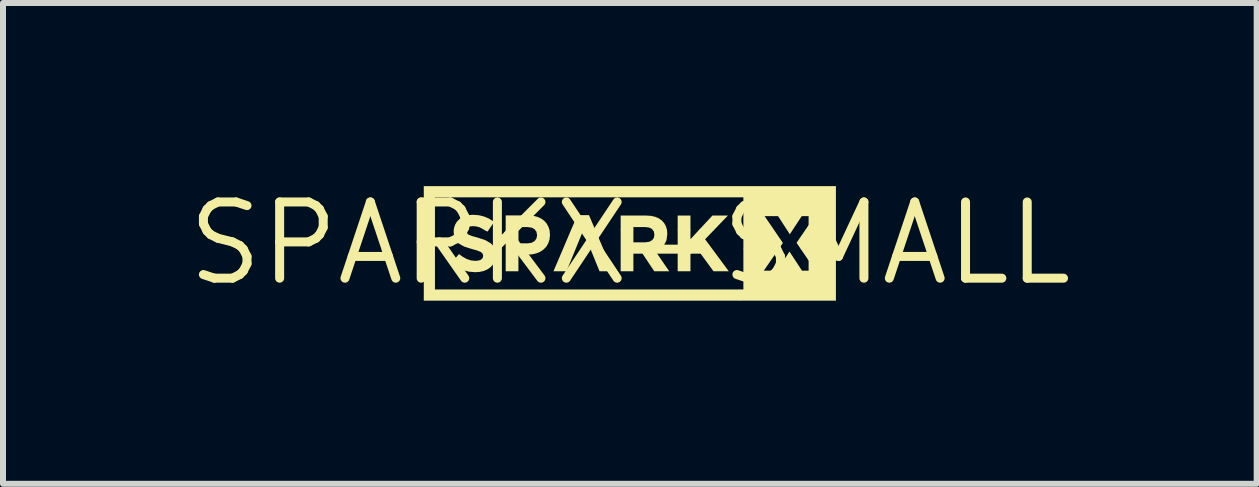
<source format=kicad_pcb>
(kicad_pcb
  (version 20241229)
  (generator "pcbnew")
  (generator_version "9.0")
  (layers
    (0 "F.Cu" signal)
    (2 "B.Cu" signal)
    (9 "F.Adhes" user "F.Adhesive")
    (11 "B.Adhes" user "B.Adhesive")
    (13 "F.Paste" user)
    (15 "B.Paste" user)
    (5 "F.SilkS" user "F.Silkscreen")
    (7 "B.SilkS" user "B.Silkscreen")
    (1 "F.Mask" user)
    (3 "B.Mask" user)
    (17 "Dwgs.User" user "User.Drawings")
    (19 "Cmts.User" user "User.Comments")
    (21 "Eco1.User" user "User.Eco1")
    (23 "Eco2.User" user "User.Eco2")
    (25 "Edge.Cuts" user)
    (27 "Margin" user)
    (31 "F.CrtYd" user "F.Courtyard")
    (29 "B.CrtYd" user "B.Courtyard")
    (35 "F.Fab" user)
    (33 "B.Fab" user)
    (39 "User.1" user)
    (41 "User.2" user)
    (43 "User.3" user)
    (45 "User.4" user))
  (footprint "SPARKX-SMALL"
    (layer "F.Cu")
    (at 7.446 1.006)
    (property "Reference" "SPARKX-SMALL" (at 0 0 0) (layer "F.SilkS") (effects (font (size 1.27 1.27) (thickness 0.15))))
    (fp_poly (pts (xy -2.373 -0.196) (xy -2.434 -0.23) (xy -2.349 -0.23)) (stroke (width 0) (type solid)) (fill yes) (layer "F.SilkS"))
    (fp_poly (pts (xy -0.574 -0.22) (xy -0.981 -0.22) (xy -0.874 -0.471) (xy -0.681 -0.471)) (stroke (width 0) (type solid)) (fill yes) (layer "F.SilkS"))
    (fp_poly (pts (xy 1.01 -0.22) (xy 0.797 -0.22) (xy 0.797 -0.464) (xy 1.01 -0.464)) (stroke (width 0) (type solid)) (fill yes) (layer "F.SilkS"))
    (fp_poly (pts (xy 1.399 -0.22) (xy 1.149 -0.22) (xy 1.376 -0.464) (xy 1.634 -0.464)) (stroke (width 0) (type solid)) (fill yes) (layer "F.SilkS"))
    (fp_poly (pts (xy -0.283 0.465) (xy -0.505 0.465) (xy -0.78 -0.21) (xy -1.056 0.465) (xy -1.273 0.465) (xy -0.977 -0.23) (xy -0.579 -0.23)) (stroke (width 0) (type solid)) (fill yes) (layer "F.SilkS"))
    (fp_poly (pts (xy 1.01 -0.07) (xy 1.158 -0.23) (xy 1.409 -0.23) (xy 1.254 -0.069) (xy 1.649 0.465) (xy 1.394 0.465) (xy 1.11 0.076) (xy 1.01 0.181) (xy 1.01 0.465) (xy 0.797 0.465) (xy 0.797 -0.23) (xy 1.01 -0.23)) (stroke (width 0) (type solid)) (fill yes) (layer "F.SilkS"))
    (fp_poly (pts (xy 2.232 0.455) (xy 2.45 0.455) (xy 2.66 0.136) (xy 2.869 0.455) (xy 3.095 0.455) (xy 2.844 0.087) (xy 3.434 0.087) (xy 3.434 0.954) (xy 1.83 0.954) (xy 1.83 0.768) (xy 1.892 0.768) (xy 1.892 0.087) (xy 2.485 0.087)) (stroke (width 0) (type solid)) (fill yes) (layer "F.SilkS"))
    (fp_poly (pts (xy -1.609 -0.46) (xy -1.539 -0.442) (xy -1.478 -0.414) (xy -1.426 -0.376) (xy -1.385 -0.329) (xy -1.355 -0.273) (xy -1.34 -0.22) (xy -1.575 -0.22) (xy -1.588 -0.237) (xy -1.638 -0.263) (xy -1.705 -0.272) (xy -1.856 -0.272) (xy -1.856 -0.22) (xy -2.069 -0.22) (xy -2.069 -0.466) (xy -1.688 -0.466)) (stroke (width 0) (type solid)) (fill yes) (layer "F.SilkS"))
    (fp_poly (pts (xy 0.351 -0.459) (xy 0.42 -0.444) (xy 0.48 -0.419) (xy 0.531 -0.383) (xy 0.572 -0.338) (xy 0.601 -0.285) (xy 0.62 -0.22) (xy 0.384 -0.22) (xy 0.369 -0.24) (xy 0.321 -0.264) (xy 0.255 -0.272) (xy 0.059 -0.272) (xy 0.059 -0.22) (xy -0.153 -0.22) (xy -0.153 -0.464) (xy 0.272 -0.464)) (stroke (width 0) (type solid)) (fill yes) (layer "F.SilkS"))
    (fp_poly (pts (xy 3.434 0.097) (xy 2.851 0.097) (xy 2.778 -0.01) (xy 3.081 -0.454) (xy 2.864 -0.454) (xy 2.666 -0.152) (xy 2.47 -0.454) (xy 2.246 -0.454) (xy 2.55 -0.008) (xy 2.478 0.097) (xy 1.892 0.097) (xy 1.892 -0.768) (xy -3.248 -0.768) (xy -3.248 0.768) (xy 1.84 0.768) (xy 1.84 0.954) (xy -3.434 0.954) (xy -3.434 -0.954) (xy 3.434 -0.954)) (stroke (width 0) (type solid)) (fill yes) (layer "F.SilkS"))
    (fp_poly (pts (xy -2.513 -0.469) (xy -2.423 -0.446) (xy -2.341 -0.41) (xy -2.262 -0.357) (xy -2.356 -0.22) (xy -2.416 -0.22) (xy -2.497 -0.265) (xy -2.555 -0.282) (xy -2.613 -0.288) (xy -2.663 -0.283) (xy -2.698 -0.266) (xy -2.719 -0.242) (xy -2.724 -0.22) (xy -2.934 -0.22) (xy -2.93 -0.256) (xy -2.912 -0.311) (xy -2.884 -0.359) (xy -2.845 -0.4) (xy -2.798 -0.432) (xy -2.742 -0.457) (xy -2.68 -0.472) (xy -2.611 -0.477)) (stroke (width 0) (type solid)) (fill yes) (layer "F.SilkS"))
    (fp_poly (pts (xy 0.059 -0.018) (xy 0.259 -0.018) (xy 0.324 -0.027) (xy 0.371 -0.053) (xy 0.4 -0.092) (xy 0.409 -0.144) (xy 0.409 -0.145) (xy 0.399 -0.201) (xy 0.377 -0.23) (xy 0.617 -0.23) (xy 0.619 -0.224) (xy 0.624 -0.156) (xy 0.624 -0.153) (xy 0.61 -0.05) (xy 0.568 0.032) (xy 0.505 0.094) (xy 0.429 0.133) (xy 0.656 0.465) (xy 0.407 0.465) (xy 0.211 0.171) (xy 0.059 0.171) (xy 0.059 0.465) (xy -0.153 0.465) (xy -0.153 -0.23) (xy 0.059 -0.23)) (stroke (width 0) (type solid)) (fill yes) (layer "F.SilkS"))
    (fp_poly (pts (xy -1.856 -0.001) (xy -1.701 -0.001) (xy -1.635 -0.011) (xy -1.586 -0.039) (xy -1.556 -0.083) (xy -1.546 -0.136) (xy -1.546 -0.137) (xy -1.557 -0.196) (xy -1.583 -0.23) (xy -1.343 -0.23) (xy -1.337 -0.211) (xy -1.331 -0.142) (xy -1.331 -0.118) (xy -1.333 -0.123) (xy -1.339 -0.064) (xy -1.361 0.002) (xy -1.396 0.059) (xy -1.442 0.105) (xy -1.497 0.141) (xy -1.561 0.167) (xy -1.633 0.183) (xy -1.708 0.188) (xy -1.857 0.188) (xy -1.857 0.464) (xy -2.069 0.464) (xy -2.069 -0.23) (xy -1.856 -0.23)) (stroke (width 0) (type solid)) (fill yes) (layer "F.SilkS"))
    (fp_poly (pts (xy -2.726 -0.213) (xy -2.726 -0.211) (xy -2.718 -0.174) (xy -2.689 -0.146) (xy -2.629 -0.122) (xy -2.531 -0.095) (xy -2.406 -0.053) (xy -2.313 0.002) (xy -2.279 0.038) (xy -2.254 0.08) (xy -2.24 0.128) (xy -2.235 0.185) (xy -2.235 0.191) (xy -2.241 0.256) (xy -2.26 0.314) (xy -2.29 0.364) (xy -2.331 0.405) (xy -2.381 0.437) (xy -2.439 0.461) (xy -2.504 0.475) (xy -2.577 0.48) (xy -2.682 0.471) (xy -2.785 0.444) (xy -2.882 0.397) (xy -2.974 0.329) (xy -2.848 0.178) (xy -2.781 0.226) (xy -2.716 0.261) (xy -2.647 0.284) (xy -2.572 0.291) (xy -2.517 0.285) (xy -2.477 0.269) (xy -2.453 0.243) (xy -2.444 0.209) (xy -2.444 0.207) (xy -2.452 0.174) (xy -2.477 0.147) (xy -2.533 0.122) (xy -2.627 0.095) (xy -2.754 0.056) (xy -2.851 0.003) (xy -2.887 -0.032) (xy -2.914 -0.075) (xy -2.93 -0.128) (xy -2.936 -0.192) (xy -2.936 -0.195) (xy -2.933 -0.23) (xy -2.722 -0.23)) (stroke (width 0) (type solid)) (fill yes) (layer "F.SilkS")))
  (gr_rect
    (start -3 -3)
    (end 17.892 5.012)
    (stroke (width 0.1) (type default))
    (fill no)
    (layer "Edge.Cuts")))
</source>
